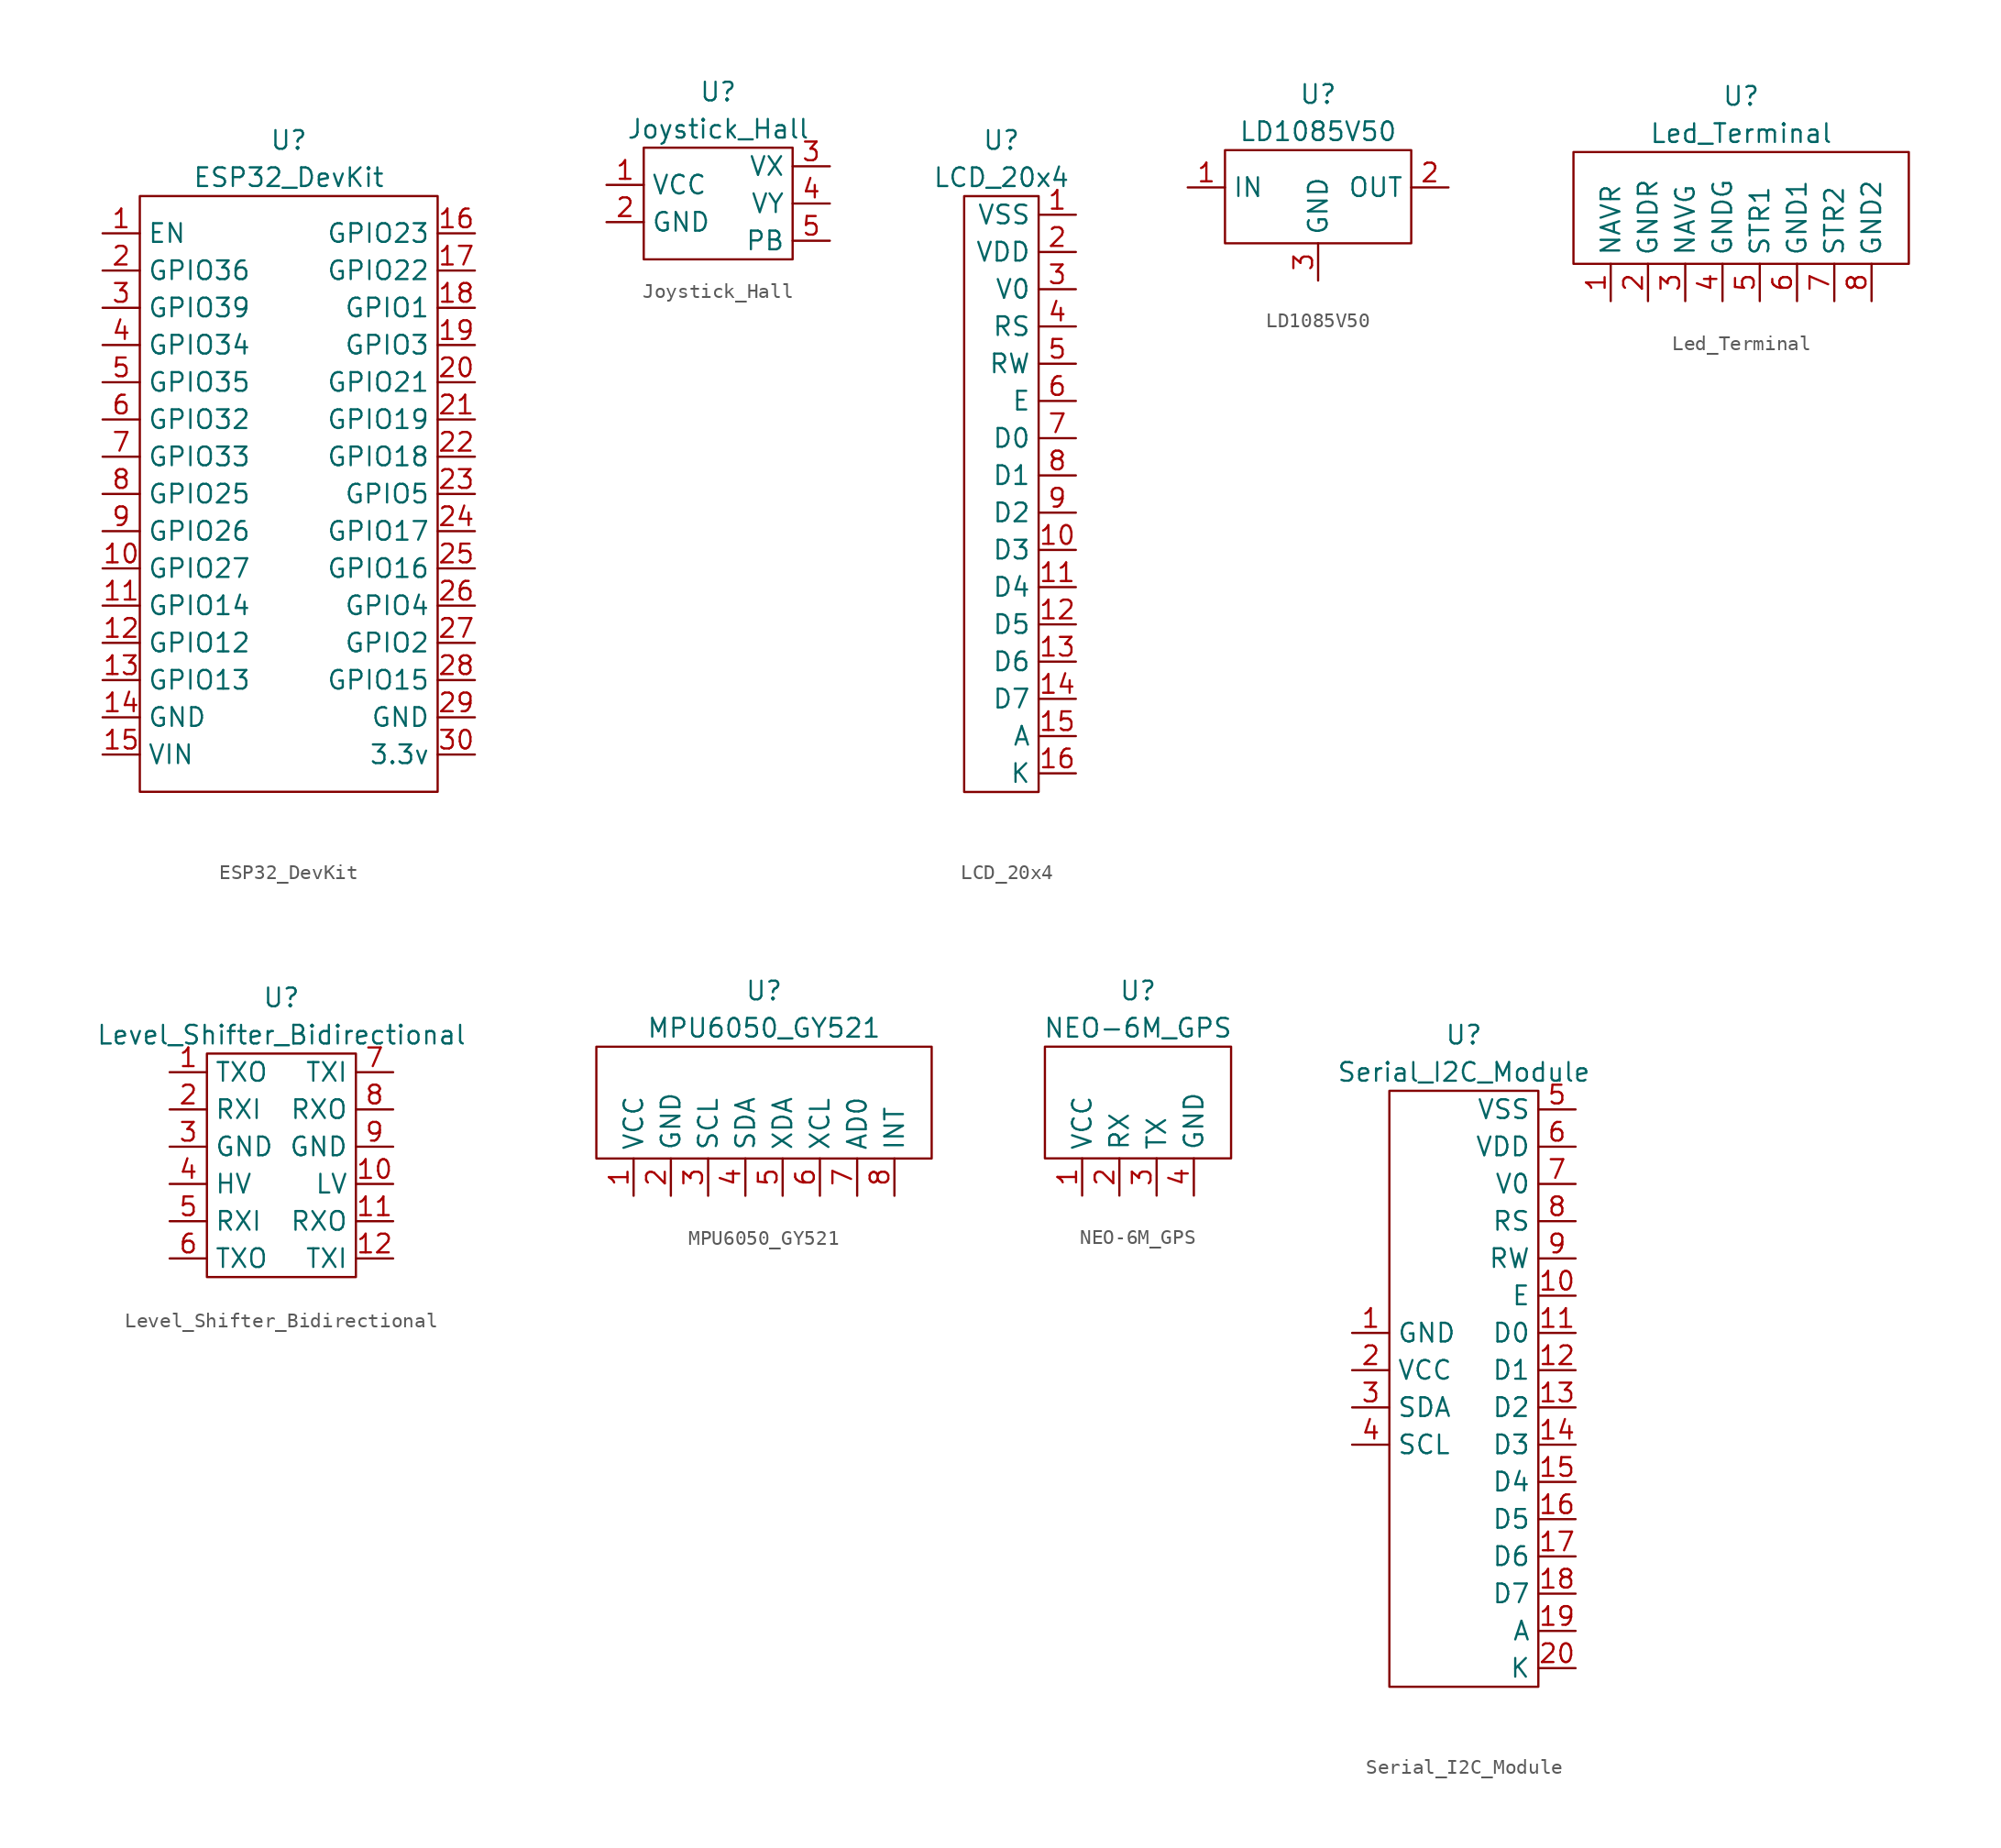
<source format=kicad_sym>
(kicad_symbol_lib
  (version 20241209)
  (generator "kicad_symbol_editor")
  (generator_version "9.0")
  (symbol "ESP32_DevKit"
    (property "Reference" "U"
      (at 0 24.13 0)
      (effects (font (size 1.27 1.27))))
    (property "Value" "ESP32_DevKit"
      (at 0 21.59 0)
      (effects (font (size 1.27 1.27))))
    (symbol "ESP32_DevKit_0_1"
      (rectangle (start -10.16 20.32) (end 10.16 -20.32) (stroke (width 0) (type default)) (fill (type none))))
    (symbol "ESP32_DevKit_1_1"
      (pin bidirectional line (at -12.7 17.78 0) (length 2.54) (name "EN" (effects (font (size 1.27 1.27)))) (number "1" (effects (font (size 1.27 1.27)))))
      (pin bidirectional line (at -12.7 15.24 0) (length 2.54) (name "GPIO36" (effects (font (size 1.27 1.27)))) (number "2" (effects (font (size 1.27 1.27)))))
      (pin bidirectional line (at -12.7 12.7 0) (length 2.54) (name "GPIO39" (effects (font (size 1.27 1.27)))) (number "3" (effects (font (size 1.27 1.27)))))
      (pin bidirectional line (at -12.7 10.16 0) (length 2.54) (name "GPIO34" (effects (font (size 1.27 1.27)))) (number "4" (effects (font (size 1.27 1.27)))))
      (pin bidirectional line (at -12.7 7.62 0) (length 2.54) (name "GPIO35" (effects (font (size 1.27 1.27)))) (number "5" (effects (font (size 1.27 1.27)))))
      (pin bidirectional line (at -12.7 5.08 0) (length 2.54) (name "GPIO32" (effects (font (size 1.27 1.27)))) (number "6" (effects (font (size 1.27 1.27)))))
      (pin bidirectional line (at -12.7 2.54 0) (length 2.54) (name "GPIO33" (effects (font (size 1.27 1.27)))) (number "7" (effects (font (size 1.27 1.27)))))
      (pin bidirectional line (at -12.7 0 0) (length 2.54) (name "GPIO25" (effects (font (size 1.27 1.27)))) (number "8" (effects (font (size 1.27 1.27)))))
      (pin bidirectional line (at -12.7 -2.54 0) (length 2.54) (name "GPIO26" (effects (font (size 1.27 1.27)))) (number "9" (effects (font (size 1.27 1.27)))))
      (pin bidirectional line (at -12.7 -5.08 0) (length 2.54) (name "GPIO27" (effects (font (size 1.27 1.27)))) (number "10" (effects (font (size 1.27 1.27)))))
      (pin bidirectional line (at -12.7 -7.62 0) (length 2.54) (name "GPIO14" (effects (font (size 1.27 1.27)))) (number "11" (effects (font (size 1.27 1.27)))))
      (pin bidirectional line (at -12.7 -10.16 0) (length 2.54) (name "GPIO12" (effects (font (size 1.27 1.27)))) (number "12" (effects (font (size 1.27 1.27)))))
      (pin bidirectional line (at -12.7 -12.7 0) (length 2.54) (name "GPIO13" (effects (font (size 1.27 1.27)))) (number "13" (effects (font (size 1.27 1.27)))))
      (pin bidirectional line (at -12.7 -15.24 0) (length 2.54) (name "GND" (effects (font (size 1.27 1.27)))) (number "14" (effects (font (size 1.27 1.27)))))
      (pin bidirectional line (at -12.7 -17.78 0) (length 2.54) (name "VIN" (effects (font (size 1.27 1.27)))) (number "15" (effects (font (size 1.27 1.27)))))
      (pin bidirectional line (at 12.7 17.78 180) (length 2.54) (name "GPIO23" (effects (font (size 1.27 1.27)))) (number "16" (effects (font (size 1.27 1.27)))))
      (pin bidirectional line (at 12.7 15.24 180) (length 2.54) (name "GPIO22" (effects (font (size 1.27 1.27)))) (number "17" (effects (font (size 1.27 1.27)))))
      (pin bidirectional line (at 12.7 12.7 180) (length 2.54) (name "GPIO1" (effects (font (size 1.27 1.27)))) (number "18" (effects (font (size 1.27 1.27)))))
      (pin bidirectional line (at 12.7 10.16 180) (length 2.54) (name "GPIO3" (effects (font (size 1.27 1.27)))) (number "19" (effects (font (size 1.27 1.27)))))
      (pin bidirectional line (at 12.7 7.62 180) (length 2.54) (name "GPIO21" (effects (font (size 1.27 1.27)))) (number "20" (effects (font (size 1.27 1.27)))))
      (pin bidirectional line (at 12.7 5.08 180) (length 2.54) (name "GPIO19" (effects (font (size 1.27 1.27)))) (number "21" (effects (font (size 1.27 1.27)))))
      (pin bidirectional line (at 12.7 2.54 180) (length 2.54) (name "GPIO18" (effects (font (size 1.27 1.27)))) (number "22" (effects (font (size 1.27 1.27)))))
      (pin bidirectional line (at 12.7 0 180) (length 2.54) (name "GPIO5" (effects (font (size 1.27 1.27)))) (number "23" (effects (font (size 1.27 1.27)))))
      (pin bidirectional line (at 12.7 -2.54 180) (length 2.54) (name "GPIO17" (effects (font (size 1.27 1.27)))) (number "24" (effects (font (size 1.27 1.27)))))
      (pin bidirectional line (at 12.7 -5.08 180) (length 2.54) (name "GPIO16" (effects (font (size 1.27 1.27)))) (number "25" (effects (font (size 1.27 1.27)))))
      (pin bidirectional line (at 12.7 -7.62 180) (length 2.54) (name "GPIO4" (effects (font (size 1.27 1.27)))) (number "26" (effects (font (size 1.27 1.27)))))
      (pin bidirectional line (at 12.7 -10.16 180) (length 2.54) (name "GPIO2" (effects (font (size 1.27 1.27)))) (number "27" (effects (font (size 1.27 1.27)))))
      (pin bidirectional line (at 12.7 -12.7 180) (length 2.54) (name "GPIO15" (effects (font (size 1.27 1.27)))) (number "28" (effects (font (size 1.27 1.27)))))
      (pin bidirectional line (at 12.7 -15.24 180) (length 2.54) (name "GND" (effects (font (size 1.27 1.27)))) (number "29" (effects (font (size 1.27 1.27)))))
      (pin bidirectional line (at 12.7 -17.78 180) (length 2.54) (name "3.3v" (effects (font (size 1.27 1.27)))) (number "30" (effects (font (size 1.27 1.27)))))))
  (symbol "Joystick_Hall"
    (property "Reference" "U"
      (at 0 7.62 0)
      (effects (font (size 1.27 1.27))))
    (property "Value" "Joystick_Hall"
      (at 0 5.08 0)
      (effects (font (size 1.27 1.27))))
    (symbol "Joystick_Hall_0_1"
      (rectangle (start -5.08 3.81) (end 5.08 -3.81) (stroke (width 0) (type default)) (fill (type none))))
    (symbol "Joystick_Hall_1_1"
      (pin bidirectional line (at -7.62 1.27 0) (length 2.54) (name "VCC" (effects (font (size 1.27 1.27)))) (number "1" (effects (font (size 1.27 1.27)))))
      (pin bidirectional line (at -7.62 -1.27 0) (length 2.54) (name "GND" (effects (font (size 1.27 1.27)))) (number "2" (effects (font (size 1.27 1.27)))))
      (pin bidirectional line (at 7.62 2.54 180) (length 2.54) (name "VX" (effects (font (size 1.27 1.27)))) (number "3" (effects (font (size 1.27 1.27)))))
      (pin bidirectional line (at 7.62 0 180) (length 2.54) (name "VY" (effects (font (size 1.27 1.27)))) (number "4" (effects (font (size 1.27 1.27)))))
      (pin bidirectional line (at 7.62 -2.54 180) (length 2.54) (name "PB" (effects (font (size 1.27 1.27)))) (number "5" (effects (font (size 1.27 1.27)))))))
  (symbol "LCD_20x4"
    (property "Reference" "U"
      (at 0 24.13 0)
      (effects (font (size 1.27 1.27))))
    (property "Value" "LCD_20x4"
      (at 0 21.59 0)
      (effects (font (size 1.27 1.27))))
    (symbol "LCD_20x4_0_1"
      (rectangle (start 2.54 20.32) (end -2.54 -20.32) (stroke (width 0) (type default)) (fill (type none))))
    (symbol "LCD_20x4_1_1"
      (pin bidirectional line (at 5.08 19.05 180) (length 2.54) (name "VSS" (effects (font (size 1.27 1.27)))) (number "1" (effects (font (size 1.27 1.27)))))
      (pin bidirectional line (at 5.08 16.51 180) (length 2.54) (name "VDD" (effects (font (size 1.27 1.27)))) (number "2" (effects (font (size 1.27 1.27)))))
      (pin bidirectional line (at 5.08 13.97 180) (length 2.54) (name "V0" (effects (font (size 1.27 1.27)))) (number "3" (effects (font (size 1.27 1.27)))))
      (pin bidirectional line (at 5.08 11.43 180) (length 2.54) (name "RS" (effects (font (size 1.27 1.27)))) (number "4" (effects (font (size 1.27 1.27)))))
      (pin bidirectional line (at 5.08 8.89 180) (length 2.54) (name "RW" (effects (font (size 1.27 1.27)))) (number "5" (effects (font (size 1.27 1.27)))))
      (pin bidirectional line (at 5.08 6.35 180) (length 2.54) (name "E" (effects (font (size 1.27 1.27)))) (number "6" (effects (font (size 1.27 1.27)))))
      (pin bidirectional line (at 5.08 3.81 180) (length 2.54) (name "D0" (effects (font (size 1.27 1.27)))) (number "7" (effects (font (size 1.27 1.27)))))
      (pin bidirectional line (at 5.08 1.27 180) (length 2.54) (name "D1" (effects (font (size 1.27 1.27)))) (number "8" (effects (font (size 1.27 1.27)))))
      (pin bidirectional line (at 5.08 -1.27 180) (length 2.54) (name "D2" (effects (font (size 1.27 1.27)))) (number "9" (effects (font (size 1.27 1.27)))))
      (pin bidirectional line (at 5.08 -3.81 180) (length 2.54) (name "D3" (effects (font (size 1.27 1.27)))) (number "10" (effects (font (size 1.27 1.27)))))
      (pin bidirectional line (at 5.08 -6.35 180) (length 2.54) (name "D4" (effects (font (size 1.27 1.27)))) (number "11" (effects (font (size 1.27 1.27)))))
      (pin bidirectional line (at 5.08 -8.89 180) (length 2.54) (name "D5" (effects (font (size 1.27 1.27)))) (number "12" (effects (font (size 1.27 1.27)))))
      (pin bidirectional line (at 5.08 -11.43 180) (length 2.54) (name "D6" (effects (font (size 1.27 1.27)))) (number "13" (effects (font (size 1.27 1.27)))))
      (pin bidirectional line (at 5.08 -13.97 180) (length 2.54) (name "D7" (effects (font (size 1.27 1.27)))) (number "14" (effects (font (size 1.27 1.27)))))
      (pin bidirectional line (at 5.08 -16.51 180) (length 2.54) (name "A" (effects (font (size 1.27 1.27)))) (number "15" (effects (font (size 1.27 1.27)))))
      (pin bidirectional line (at 5.08 -19.05 180) (length 2.54) (name "K" (effects (font (size 1.27 1.27)))) (number "16" (effects (font (size 1.27 1.27)))))))
  (symbol "LD1085V50"
    (property "Reference" "U"
      (at 0 7.62 0)
      (effects (font (size 1.27 1.27))))
    (property "Value" "LD1085V50"
      (at 0 5.08 0)
      (effects (font (size 1.27 1.27))))
    (symbol "LD1085V50_0_1"
      (rectangle (start -6.35 3.81) (end 6.35 -2.54) (stroke (width 0) (type default)) (fill (type none))))
    (symbol "LD1085V50_1_1"
      (pin bidirectional line (at -8.89 1.27 0) (length 2.54) (name "IN" (effects (font (size 1.27 1.27)))) (number "1" (effects (font (size 1.27 1.27)))))
      (pin bidirectional line (at 0 -5.08 90) (length 2.54) (name "GND" (effects (font (size 1.27 1.27)))) (number "3" (effects (font (size 1.27 1.27)))))
      (pin bidirectional line (at 8.89 1.27 180) (length 2.54) (name "OUT" (effects (font (size 1.27 1.27)))) (number "2" (effects (font (size 1.27 1.27)))))))
  (symbol "Led_Terminal"
    (property "Reference" "U"
      (at 0 7.62 0)
      (effects (font (size 1.27 1.27))))
    (property "Value" "Led_Terminal"
      (at 0 5.08 0)
      (effects (font (size 1.27 1.27))))
    (symbol "Led_Terminal_0_1"
      (rectangle (start -11.43 3.81) (end 11.43 -3.81) (stroke (width 0) (type default)) (fill (type none))))
    (symbol "Led_Terminal_1_1"
      (pin bidirectional line (at -8.89 -6.35 90) (length 2.54) (name "NAVR" (effects (font (size 1.27 1.27)))) (number "1" (effects (font (size 1.27 1.27)))))
      (pin bidirectional line (at -6.35 -6.35 90) (length 2.54) (name "GNDR" (effects (font (size 1.27 1.27)))) (number "2" (effects (font (size 1.27 1.27)))))
      (pin bidirectional line (at -3.81 -6.35 90) (length 2.54) (name "NAVG" (effects (font (size 1.27 1.27)))) (number "3" (effects (font (size 1.27 1.27)))))
      (pin bidirectional line (at -1.27 -6.35 90) (length 2.54) (name "GNDG" (effects (font (size 1.27 1.27)))) (number "4" (effects (font (size 1.27 1.27)))))
      (pin bidirectional line (at 1.27 -6.35 90) (length 2.54) (name "STR1" (effects (font (size 1.27 1.27)))) (number "5" (effects (font (size 1.27 1.27)))))
      (pin bidirectional line (at 3.81 -6.35 90) (length 2.54) (name "GND1" (effects (font (size 1.27 1.27)))) (number "6" (effects (font (size 1.27 1.27)))))
      (pin bidirectional line (at 6.35 -6.35 90) (length 2.54) (name "STR2" (effects (font (size 1.27 1.27)))) (number "7" (effects (font (size 1.27 1.27)))))
      (pin bidirectional line (at 8.89 -6.35 90) (length 2.54) (name "GND2" (effects (font (size 1.27 1.27)))) (number "8" (effects (font (size 1.27 1.27)))))))
  (symbol "Level_Shifter_Bidirectional"
    (property "Reference" "U"
      (at 0 11.43 0)
      (effects (font (size 1.27 1.27))))
    (property "Value" "Level_Shifter_Bidirectional"
      (at 0 8.89 0)
      (effects (font (size 1.27 1.27))))
    (symbol "Level_Shifter_Bidirectional_0_1"
      (rectangle (start -5.08 -7.62) (end 5.08 7.62) (stroke (width 0) (type default)) (fill (type none))))
    (symbol "Level_Shifter_Bidirectional_1_1"
      (pin bidirectional line (at -7.62 6.35 0) (length 2.54) (name "TXO" (effects (font (size 1.27 1.27)))) (number "1" (effects (font (size 1.27 1.27)))))
      (pin bidirectional line (at -7.62 3.81 0) (length 2.54) (name "RXI" (effects (font (size 1.27 1.27)))) (number "2" (effects (font (size 1.27 1.27)))))
      (pin bidirectional line (at -7.62 1.27 0) (length 2.54) (name "GND" (effects (font (size 1.27 1.27)))) (number "3" (effects (font (size 1.27 1.27)))))
      (pin bidirectional line (at -7.62 -1.27 0) (length 2.54) (name "HV" (effects (font (size 1.27 1.27)))) (number "4" (effects (font (size 1.27 1.27)))))
      (pin bidirectional line (at -7.62 -3.81 0) (length 2.54) (name "RXI" (effects (font (size 1.27 1.27)))) (number "5" (effects (font (size 1.27 1.27)))))
      (pin bidirectional line (at -7.62 -6.35 0) (length 2.54) (name "TXO" (effects (font (size 1.27 1.27)))) (number "6" (effects (font (size 1.27 1.27)))))
      (pin bidirectional line (at 7.62 6.35 180) (length 2.54) (name "TXI" (effects (font (size 1.27 1.27)))) (number "7" (effects (font (size 1.27 1.27)))))
      (pin bidirectional line (at 7.62 3.81 180) (length 2.54) (name "RXO" (effects (font (size 1.27 1.27)))) (number "8" (effects (font (size 1.27 1.27)))))
      (pin bidirectional line (at 7.62 1.27 180) (length 2.54) (name "GND" (effects (font (size 1.27 1.27)))) (number "9" (effects (font (size 1.27 1.27)))))
      (pin bidirectional line (at 7.62 -1.27 180) (length 2.54) (name "LV" (effects (font (size 1.27 1.27)))) (number "10" (effects (font (size 1.27 1.27)))))
      (pin bidirectional line (at 7.62 -3.81 180) (length 2.54) (name "RXO" (effects (font (size 1.27 1.27)))) (number "11" (effects (font (size 1.27 1.27)))))
      (pin bidirectional line (at 7.62 -6.35 180) (length 2.54) (name "TXI" (effects (font (size 1.27 1.27)))) (number "12" (effects (font (size 1.27 1.27)))))))
  (symbol "MPU6050_GY521"
    (property "Reference" "U"
      (at 0 7.62 0)
      (effects (font (size 1.27 1.27))))
    (property "Value" "MPU6050_GY521"
      (at 0 5.08 0)
      (effects (font (size 1.27 1.27))))
    (symbol "MPU6050_GY521_0_1"
      (rectangle (start -11.43 3.81) (end 11.43 -3.81) (stroke (width 0) (type default)) (fill (type none))))
    (symbol "MPU6050_GY521_1_1"
      (pin bidirectional line (at -8.89 -6.35 90) (length 2.54) (name "VCC" (effects (font (size 1.27 1.27)))) (number "1" (effects (font (size 1.27 1.27)))))
      (pin bidirectional line (at -6.35 -6.35 90) (length 2.54) (name "GND" (effects (font (size 1.27 1.27)))) (number "2" (effects (font (size 1.27 1.27)))))
      (pin bidirectional line (at -3.81 -6.35 90) (length 2.54) (name "SCL" (effects (font (size 1.27 1.27)))) (number "3" (effects (font (size 1.27 1.27)))))
      (pin bidirectional line (at -1.27 -6.35 90) (length 2.54) (name "SDA" (effects (font (size 1.27 1.27)))) (number "4" (effects (font (size 1.27 1.27)))))
      (pin bidirectional line (at 1.27 -6.35 90) (length 2.54) (name "XDA" (effects (font (size 1.27 1.27)))) (number "5" (effects (font (size 1.27 1.27)))))
      (pin bidirectional line (at 3.81 -6.35 90) (length 2.54) (name "XCL" (effects (font (size 1.27 1.27)))) (number "6" (effects (font (size 1.27 1.27)))))
      (pin bidirectional line (at 6.35 -6.35 90) (length 2.54) (name "AD0" (effects (font (size 1.27 1.27)))) (number "7" (effects (font (size 1.27 1.27)))))
      (pin bidirectional line (at 8.89 -6.35 90) (length 2.54) (name "INT" (effects (font (size 1.27 1.27)))) (number "8" (effects (font (size 1.27 1.27)))))))
  (symbol "NEO-6M_GPS"
    (property "Reference" "U"
      (at 0 7.62 0)
      (effects (font (size 1.27 1.27))))
    (property "Value" "NEO-6M_GPS"
      (at 0 5.08 0)
      (effects (font (size 1.27 1.27))))
    (symbol "NEO-6M_GPS_0_1"
      (rectangle (start -6.35 3.81) (end 6.35 -3.81) (stroke (width 0) (type default)) (fill (type none))))
    (symbol "NEO-6M_GPS_1_1"
      (pin bidirectional line (at -3.81 -6.35 90) (length 2.54) (name "VCC" (effects (font (size 1.27 1.27)))) (number "1" (effects (font (size 1.27 1.27)))))
      (pin bidirectional line (at -1.27 -6.35 90) (length 2.54) (name "RX" (effects (font (size 1.27 1.27)))) (number "2" (effects (font (size 1.27 1.27)))))
      (pin bidirectional line (at 1.27 -6.35 90) (length 2.54) (name "TX" (effects (font (size 1.27 1.27)))) (number "3" (effects (font (size 1.27 1.27)))))
      (pin bidirectional line (at 3.81 -6.35 90) (length 2.54) (name "GND" (effects (font (size 1.27 1.27)))) (number "4" (effects (font (size 1.27 1.27)))))))
  (symbol "Serial_I2C_Module"
    (property "Reference" "U"
      (at 0 24.13 0)
      (effects (font (size 1.27 1.27))))
    (property "Value" "Serial_I2C_Module"
      (at 0 21.59 0)
      (effects (font (size 1.27 1.27))))
    (symbol "Serial_I2C_Module_0_1"
      (rectangle (start -5.08 20.32) (end 5.08 -20.32) (stroke (width 0) (type default)) (fill (type none))))
    (symbol "Serial_I2C_Module_1_1"
      (pin bidirectional line (at -7.62 3.81 0) (length 2.54) (name "GND" (effects (font (size 1.27 1.27)))) (number "1" (effects (font (size 1.27 1.27)))))
      (pin bidirectional line (at -7.62 1.27 0) (length 2.54) (name "VCC" (effects (font (size 1.27 1.27)))) (number "2" (effects (font (size 1.27 1.27)))))
      (pin bidirectional line (at -7.62 -1.27 0) (length 2.54) (name "SDA" (effects (font (size 1.27 1.27)))) (number "3" (effects (font (size 1.27 1.27)))))
      (pin bidirectional line (at -7.62 -3.81 0) (length 2.54) (name "SCL" (effects (font (size 1.27 1.27)))) (number "4" (effects (font (size 1.27 1.27)))))
      (pin bidirectional line (at 7.62 19.05 180) (length 2.54) (name "VSS" (effects (font (size 1.27 1.27)))) (number "5" (effects (font (size 1.27 1.27)))))
      (pin bidirectional line (at 7.62 16.51 180) (length 2.54) (name "VDD" (effects (font (size 1.27 1.27)))) (number "6" (effects (font (size 1.27 1.27)))))
      (pin bidirectional line (at 7.62 13.97 180) (length 2.54) (name "V0" (effects (font (size 1.27 1.27)))) (number "7" (effects (font (size 1.27 1.27)))))
      (pin bidirectional line (at 7.62 11.43 180) (length 2.54) (name "RS" (effects (font (size 1.27 1.27)))) (number "8" (effects (font (size 1.27 1.27)))))
      (pin bidirectional line (at 7.62 8.89 180) (length 2.54) (name "RW" (effects (font (size 1.27 1.27)))) (number "9" (effects (font (size 1.27 1.27)))))
      (pin bidirectional line (at 7.62 6.35 180) (length 2.54) (name "E" (effects (font (size 1.27 1.27)))) (number "10" (effects (font (size 1.27 1.27)))))
      (pin bidirectional line (at 7.62 3.81 180) (length 2.54) (name "D0" (effects (font (size 1.27 1.27)))) (number "11" (effects (font (size 1.27 1.27)))))
      (pin bidirectional line (at 7.62 1.27 180) (length 2.54) (name "D1" (effects (font (size 1.27 1.27)))) (number "12" (effects (font (size 1.27 1.27)))))
      (pin bidirectional line (at 7.62 -1.27 180) (length 2.54) (name "D2" (effects (font (size 1.27 1.27)))) (number "13" (effects (font (size 1.27 1.27)))))
      (pin bidirectional line (at 7.62 -3.81 180) (length 2.54) (name "D3" (effects (font (size 1.27 1.27)))) (number "14" (effects (font (size 1.27 1.27)))))
      (pin bidirectional line (at 7.62 -6.35 180) (length 2.54) (name "D4" (effects (font (size 1.27 1.27)))) (number "15" (effects (font (size 1.27 1.27)))))
      (pin bidirectional line (at 7.62 -8.89 180) (length 2.54) (name "D5" (effects (font (size 1.27 1.27)))) (number "16" (effects (font (size 1.27 1.27)))))
      (pin bidirectional line (at 7.62 -11.43 180) (length 2.54) (name "D6" (effects (font (size 1.27 1.27)))) (number "17" (effects (font (size 1.27 1.27)))))
      (pin bidirectional line (at 7.62 -13.97 180) (length 2.54) (name "D7" (effects (font (size 1.27 1.27)))) (number "18" (effects (font (size 1.27 1.27)))))
      (pin bidirectional line (at 7.62 -16.51 180) (length 2.54) (name "A" (effects (font (size 1.27 1.27)))) (number "19" (effects (font (size 1.27 1.27)))))
      (pin bidirectional line (at 7.62 -19.05 180) (length 2.54) (name "K" (effects (font (size 1.27 1.27)))) (number "20" (effects (font (size 1.27 1.27))))))))
</source>
